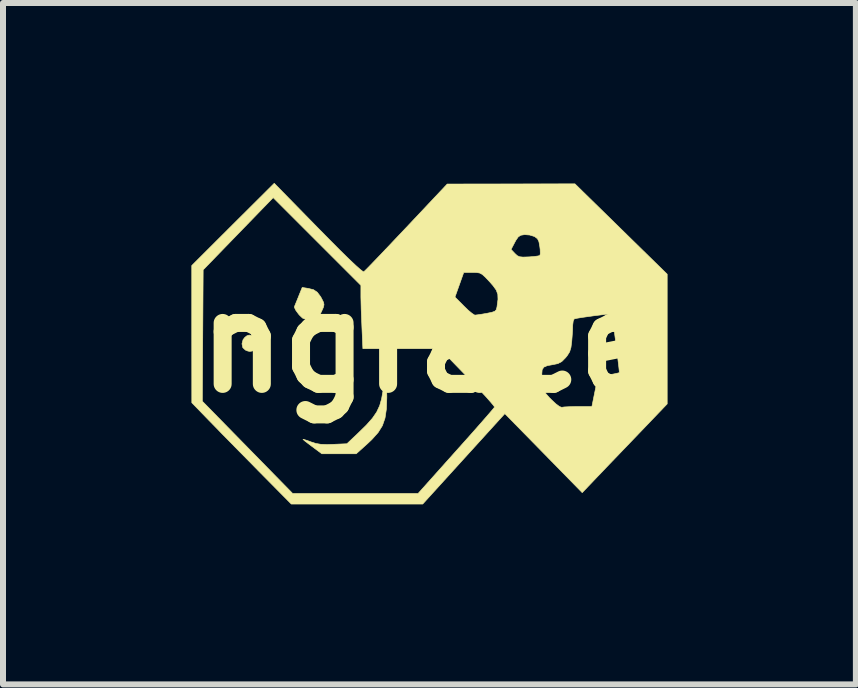
<source format=kicad_pcb>
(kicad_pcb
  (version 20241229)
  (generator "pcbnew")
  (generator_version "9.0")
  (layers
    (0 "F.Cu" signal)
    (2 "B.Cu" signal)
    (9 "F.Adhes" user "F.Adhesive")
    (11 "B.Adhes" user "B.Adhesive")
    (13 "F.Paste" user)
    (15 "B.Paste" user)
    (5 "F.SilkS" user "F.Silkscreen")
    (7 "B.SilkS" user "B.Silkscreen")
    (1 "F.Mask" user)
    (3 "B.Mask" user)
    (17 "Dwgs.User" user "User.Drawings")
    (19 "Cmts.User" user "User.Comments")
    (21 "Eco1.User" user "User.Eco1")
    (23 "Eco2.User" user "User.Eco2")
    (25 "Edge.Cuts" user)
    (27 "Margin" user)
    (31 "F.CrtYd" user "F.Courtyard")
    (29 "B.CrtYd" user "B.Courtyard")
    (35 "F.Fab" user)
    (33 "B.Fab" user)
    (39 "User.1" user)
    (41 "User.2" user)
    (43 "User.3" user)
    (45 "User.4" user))
  (footprint "ngface"
    (layer "F.Cu")
    (at 4.108 2.659)
    (property "Reference" "ngface" (at 0 0 0) (layer "F.SilkS") (effects (font (size 1.524 1.524) (thickness 0.3))))
    (attr through_hole)
    (fp_poly (pts (xy -2.954 -0.117) (xy -2.889 -0.1) (xy -2.827 -0.078) (xy -2.8 -0.047) (xy -2.794 0.009) (xy -2.794 0.01) (xy -2.8 0.066) (xy -2.826 0.098) (xy -2.887 0.121) (xy -2.892 0.123) (xy -2.957 0.142) (xy -2.995 0.148) (xy -3.027 0.142) (xy -3.067 0.126) (xy -3.111 0.085) (xy -3.125 0.021) (xy -3.107 -0.047) (xy -3.078 -0.085) (xy -3.041 -0.114) (xy -3.006 -0.124) (xy -2.954 -0.117)) (stroke (width 0.01) (type solid)) (fill yes) (layer "F.SilkS"))
    (fp_poly (pts (xy -2.02 -0.902) (xy -1.932 -0.88) (xy -1.869 -0.837) (xy -1.813 -0.762) (xy -1.793 -0.725) (xy -1.766 -0.671) (xy -1.758 -0.631) (xy -1.769 -0.585) (xy -1.801 -0.513) (xy -1.804 -0.508) (xy -1.839 -0.435) (xy -1.87 -0.398) (xy -1.912 -0.383) (xy -1.981 -0.381) (xy -1.984 -0.381) (xy -2.062 -0.386) (xy -2.115 -0.407) (xy -2.166 -0.456) (xy -2.183 -0.476) (xy -2.227 -0.536) (xy -2.25 -0.583) (xy -2.251 -0.597) (xy -2.237 -0.632) (xy -2.209 -0.7) (xy -2.181 -0.77) (xy -2.121 -0.918) (xy -2.02 -0.902)) (stroke (width 0.01) (type solid)) (fill yes) (layer "F.SilkS"))
    (fp_poly (pts (xy -0.721 0.687) (xy -0.714 0.765) (xy -0.711 0.894) (xy -0.711 0.919) (xy -0.718 1.107) (xy -0.741 1.259) (xy -0.785 1.386) (xy -0.857 1.501) (xy -0.961 1.617) (xy -1.036 1.688) (xy -1.221 1.854) (xy -1.794 1.854) (xy -1.951 1.737) (xy -2.025 1.681) (xy -2.081 1.638) (xy -2.107 1.614) (xy -2.108 1.613) (xy -2.087 1.617) (xy -2.031 1.635) (xy -1.975 1.656) (xy -1.894 1.682) (xy -1.812 1.696) (xy -1.71 1.7) (xy -1.609 1.697) (xy -1.376 1.687) (xy -1.19 1.511) (xy -1.053 1.377) (xy -0.951 1.262) (xy -0.879 1.157) (xy -0.83 1.052) (xy -0.798 0.938) (xy -0.787 0.876) (xy -0.765 0.753) (xy -0.747 0.68) (xy -0.732 0.658) (xy -0.721 0.687)) (stroke (width 0.01) (type solid)) (fill yes) (layer "F.SilkS"))
    (fp_poly (pts (xy -1.856 -1.907) (xy -1.655 -1.703) (xy -1.484 -1.531) (xy -1.342 -1.392) (xy -1.231 -1.287) (xy -1.152 -1.217) (xy -1.106 -1.182) (xy -1.095 -1.179) (xy -1.072 -1.201) (xy -1.017 -1.256) (xy -0.936 -1.34) (xy -0.831 -1.449) (xy -0.733 -1.552) (xy 1.36 -1.552) (xy 1.423 -1.485) (xy 1.461 -1.449) (xy 1.501 -1.43) (xy 1.558 -1.424) (xy 1.648 -1.427) (xy 1.656 -1.427) (xy 1.744 -1.434) (xy 1.811 -1.443) (xy 1.841 -1.452) (xy 1.847 -1.484) (xy 1.845 -1.549) (xy 1.839 -1.598) (xy 1.824 -1.681) (xy 1.8 -1.73) (xy 1.757 -1.763) (xy 1.748 -1.768) (xy 1.67 -1.792) (xy 1.583 -1.799) (xy 1.58 -1.798) (xy 1.521 -1.788) (xy 1.48 -1.761) (xy 1.441 -1.705) (xy 1.423 -1.672) (xy 1.36 -1.552) (xy -0.733 -1.552) (xy -0.708 -1.578) (xy -0.57 -1.724) (xy -0.42 -1.882) (xy -0.384 -1.92) (xy 0.296 -2.642) (xy 1.36 -2.643) (xy 2.424 -2.645) (xy 3.193 -1.892) (xy 3.962 -1.139) (xy 3.962 1.023) (xy 3.512 1.493) (xy 3.371 1.64) (xy 3.225 1.792) (xy 3.083 1.94) (xy 2.953 2.075) (xy 2.846 2.188) (xy 2.803 2.232) (xy 2.546 2.502) (xy 1.901 1.843) (xy 1.256 1.185) (xy 0.571 1.939) (xy -0.113 2.692) (xy -2.303 2.692) (xy -2.849 2.14) (xy -3.002 1.984) (xy -3.16 1.824) (xy -3.314 1.667) (xy -3.457 1.522) (xy -3.579 1.396) (xy -3.675 1.298) (xy -3.678 1.295) (xy -3.961 1.003) (xy -3.961 0.978) (xy -3.786 0.978) (xy -3.034 1.746) (xy -2.281 2.515) (xy -0.189 2.515) (xy 0.444 1.807) (xy 0.587 1.647) (xy 0.72 1.498) (xy 0.837 1.365) (xy 0.936 1.252) (xy 1.013 1.163) (xy 1.064 1.103) (xy 1.085 1.076) (xy 1.085 1.076) (xy 1.07 1.052) (xy 1.024 0.997) (xy 0.952 0.915) (xy 0.858 0.813) (xy 0.747 0.695) (xy 0.633 0.577) (xy 0.585 0.527) (xy 1.872 0.527) (xy 1.881 0.633) (xy 1.894 0.732) (xy 1.912 0.799) (xy 1.942 0.854) (xy 1.995 0.915) (xy 2.037 0.957) (xy 2.108 1.023) (xy 2.167 1.067) (xy 2.203 1.08) (xy 2.205 1.08) (xy 2.245 1.074) (xy 2.321 1.07) (xy 2.422 1.067) (xy 2.473 1.067) (xy 2.707 1.067) (xy 2.757 0.819) (xy 2.807 0.572) (xy 2.982 0.54) (xy 3.07 0.524) (xy 3.135 0.51) (xy 3.163 0.502) (xy 3.164 0.502) (xy 3.163 0.476) (xy 3.156 0.409) (xy 3.144 0.311) (xy 3.13 0.191) (xy 3.113 0.058) (xy 3.095 -0.077) (xy 3.078 -0.207) (xy 3.063 -0.321) (xy 3.05 -0.41) (xy 3.041 -0.464) (xy 3.038 -0.476) (xy 3.011 -0.476) (xy 2.945 -0.471) (xy 2.854 -0.46) (xy 2.747 -0.447) (xy 2.639 -0.432) (xy 2.54 -0.418) (xy 2.462 -0.405) (xy 2.417 -0.395) (xy 2.412 -0.393) (xy 2.396 -0.36) (xy 2.388 -0.298) (xy 2.387 -0.284) (xy 2.385 -0.208) (xy 2.378 -0.107) (xy 2.371 -0.019) (xy 2.358 0.083) (xy 2.336 0.155) (xy 2.297 0.217) (xy 2.27 0.251) (xy 2.205 0.317) (xy 2.14 0.351) (xy 2.059 0.368) (xy 1.964 0.385) (xy 1.906 0.41) (xy 1.878 0.453) (xy 1.872 0.527) (xy 0.585 0.527) (xy 0.173 0.102) (xy -0.468 0.102) (xy -1.11 0.102) (xy -1.126 -0.26) (xy -1.132 -0.408) (xy -1.138 -0.553) (xy -1.141 -0.681) (xy -1.143 -0.758) (xy 0.425 -0.758) (xy 0.574 -0.608) (xy 0.646 -0.538) (xy 0.709 -0.486) (xy 0.751 -0.459) (xy 0.758 -0.457) (xy 0.801 -0.462) (xy 0.876 -0.473) (xy 0.953 -0.486) (xy 1.04 -0.504) (xy 1.089 -0.521) (xy 1.113 -0.547) (xy 1.125 -0.591) (xy 1.127 -0.607) (xy 1.142 -0.72) (xy 1.139 -0.803) (xy 1.113 -0.874) (xy 1.058 -0.95) (xy 1.001 -1.015) (xy 0.93 -1.09) (xy 0.879 -1.136) (xy 0.835 -1.159) (xy 0.783 -1.167) (xy 0.714 -1.168) (xy 0.571 -1.168) (xy 0.498 -0.963) (xy 0.425 -0.758) (xy -1.143 -0.758) (xy -1.143 -0.776) (xy -1.143 -0.788) (xy -1.143 -0.953) (xy -1.874 -1.684) (xy -2.605 -2.415) (xy -3.772 -1.211) (xy -3.786 0.978) (xy -3.961 0.978) (xy -3.962 -0.14) (xy -3.962 -1.283) (xy -3.275 -1.969) (xy -2.587 -2.654) (xy -1.856 -1.907)) (stroke (width 0.01) (type solid)) (fill yes) (layer "F.SilkS")))
  (gr_rect
    (start -3 -3)
    (end 11.215 8.357)
    (stroke (width 0.1) (type default))
    (fill no)
    (layer "Edge.Cuts")))
</source>
